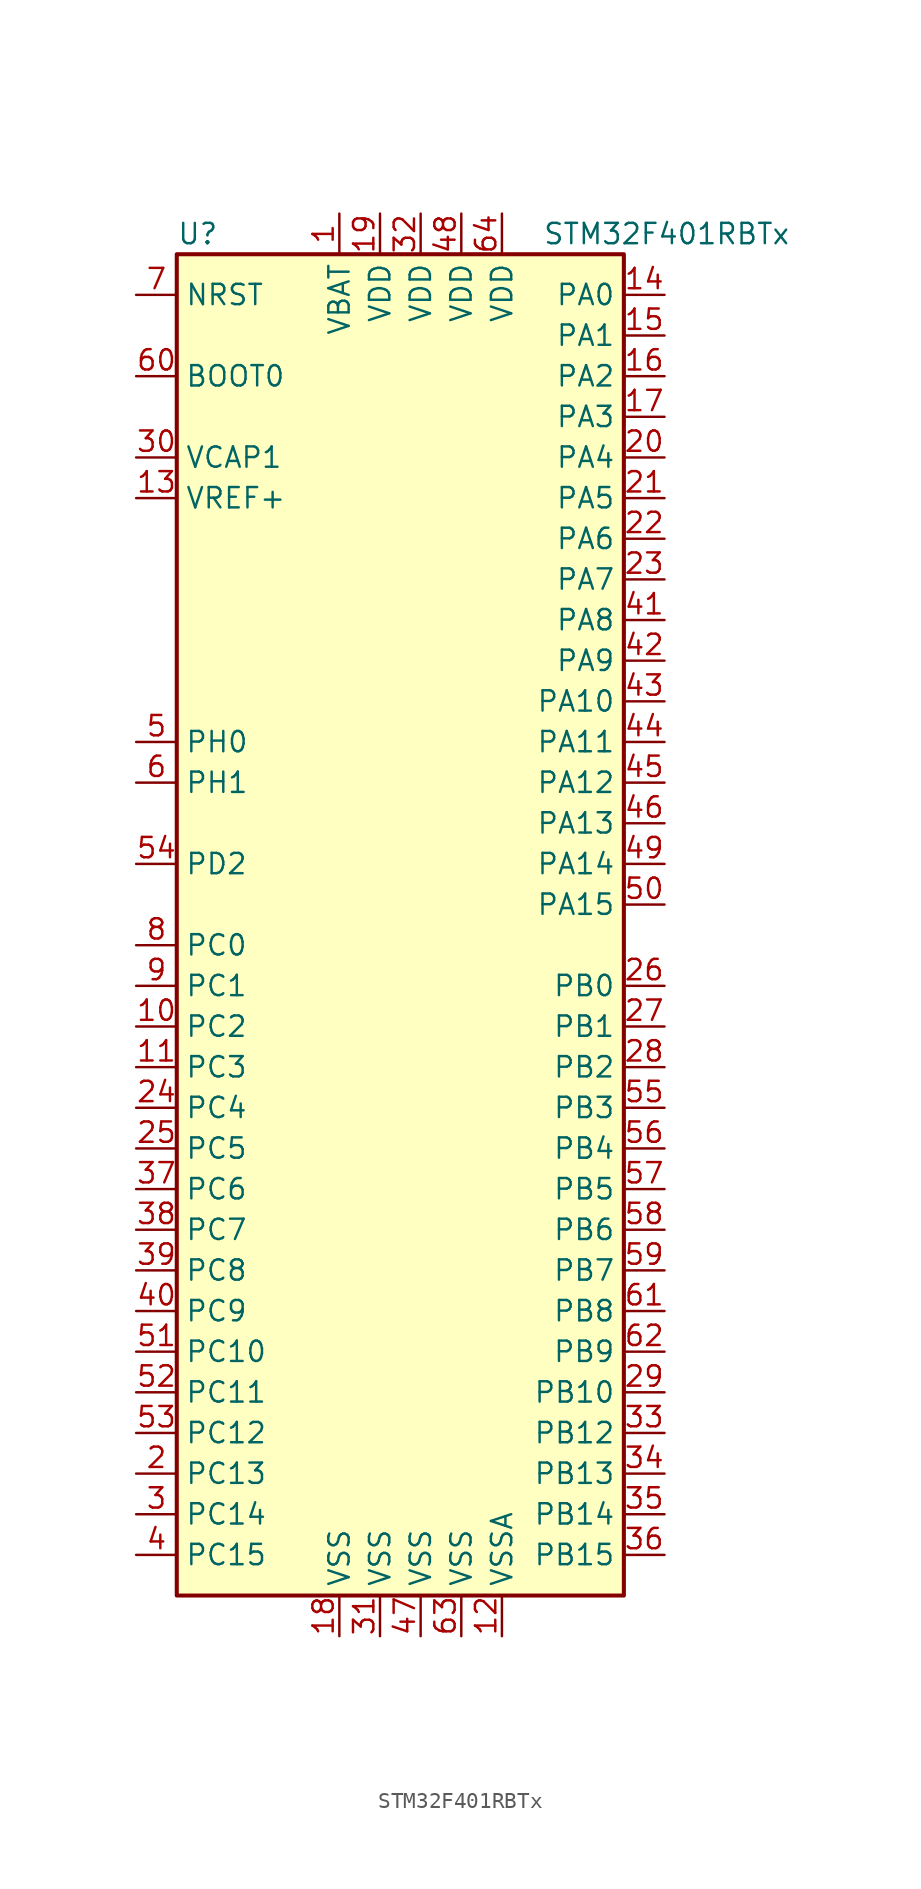
<source format=kicad_sym>
(kicad_symbol_lib
  (version 20220914)
  (generator kicad_symbol_editor)
  (symbol "STM32F401RBTx"
    (property "Reference" "U"
      (at -15.24 41.91 0)
      (effects (font (size 1.27 1.27)) (justify left)))
    (property "Value" "STM32F401RBTx"
      (at 7.62 41.91 0)
      (effects (font (size 1.27 1.27)) (justify left)))
    (symbol "STM32F401RBTx_0_1"
      (rectangle (start -15.24 -43.18) (end 12.7 40.64) (stroke (width 0.254) (type default)) (fill (type background))))
    (symbol "STM32F401RBTx_1_1"
      (pin power_in line (at -5.08 43.18 270) (length 2.54) (name "VBAT" (effects (font (size 1.27 1.27)))) (number "1" (effects (font (size 1.27 1.27)))))
      (pin bidirectional line (at -17.78 -7.62 0) (length 2.54) (name "PC2" (effects (font (size 1.27 1.27)))) (number "10" (effects (font (size 1.27 1.27)))))
      (pin bidirectional line (at -17.78 -10.16 0) (length 2.54) (name "PC3" (effects (font (size 1.27 1.27)))) (number "11" (effects (font (size 1.27 1.27)))))
      (pin power_in line (at 5.08 -45.72 90) (length 2.54) (name "VSSA" (effects (font (size 1.27 1.27)))) (number "12" (effects (font (size 1.27 1.27)))))
      (pin power_in line (at -17.78 25.4 0) (length 2.54) (name "VREF+" (effects (font (size 1.27 1.27)))) (number "13" (effects (font (size 1.27 1.27)))))
      (pin bidirectional line (at 15.24 38.1 180) (length 2.54) (name "PA0" (effects (font (size 1.27 1.27)))) (number "14" (effects (font (size 1.27 1.27)))))
      (pin bidirectional line (at 15.24 35.56 180) (length 2.54) (name "PA1" (effects (font (size 1.27 1.27)))) (number "15" (effects (font (size 1.27 1.27)))))
      (pin bidirectional line (at 15.24 33.02 180) (length 2.54) (name "PA2" (effects (font (size 1.27 1.27)))) (number "16" (effects (font (size 1.27 1.27)))))
      (pin bidirectional line (at 15.24 30.48 180) (length 2.54) (name "PA3" (effects (font (size 1.27 1.27)))) (number "17" (effects (font (size 1.27 1.27)))))
      (pin power_in line (at -5.08 -45.72 90) (length 2.54) (name "VSS" (effects (font (size 1.27 1.27)))) (number "18" (effects (font (size 1.27 1.27)))))
      (pin power_in line (at -2.54 43.18 270) (length 2.54) (name "VDD" (effects (font (size 1.27 1.27)))) (number "19" (effects (font (size 1.27 1.27)))))
      (pin bidirectional line (at -17.78 -35.56 0) (length 2.54) (name "PC13" (effects (font (size 1.27 1.27)))) (number "2" (effects (font (size 1.27 1.27)))))
      (pin bidirectional line (at 15.24 27.94 180) (length 2.54) (name "PA4" (effects (font (size 1.27 1.27)))) (number "20" (effects (font (size 1.27 1.27)))))
      (pin bidirectional line (at 15.24 25.4 180) (length 2.54) (name "PA5" (effects (font (size 1.27 1.27)))) (number "21" (effects (font (size 1.27 1.27)))))
      (pin bidirectional line (at 15.24 22.86 180) (length 2.54) (name "PA6" (effects (font (size 1.27 1.27)))) (number "22" (effects (font (size 1.27 1.27)))))
      (pin bidirectional line (at 15.24 20.32 180) (length 2.54) (name "PA7" (effects (font (size 1.27 1.27)))) (number "23" (effects (font (size 1.27 1.27)))))
      (pin bidirectional line (at -17.78 -12.7 0) (length 2.54) (name "PC4" (effects (font (size 1.27 1.27)))) (number "24" (effects (font (size 1.27 1.27)))))
      (pin bidirectional line (at -17.78 -15.24 0) (length 2.54) (name "PC5" (effects (font (size 1.27 1.27)))) (number "25" (effects (font (size 1.27 1.27)))))
      (pin bidirectional line (at 15.24 -5.08 180) (length 2.54) (name "PB0" (effects (font (size 1.27 1.27)))) (number "26" (effects (font (size 1.27 1.27)))))
      (pin bidirectional line (at 15.24 -7.62 180) (length 2.54) (name "PB1" (effects (font (size 1.27 1.27)))) (number "27" (effects (font (size 1.27 1.27)))))
      (pin bidirectional line (at 15.24 -10.16 180) (length 2.54) (name "PB2" (effects (font (size 1.27 1.27)))) (number "28" (effects (font (size 1.27 1.27)))))
      (pin bidirectional line (at 15.24 -30.48 180) (length 2.54) (name "PB10" (effects (font (size 1.27 1.27)))) (number "29" (effects (font (size 1.27 1.27)))))
      (pin bidirectional line (at -17.78 -38.1 0) (length 2.54) (name "PC14" (effects (font (size 1.27 1.27)))) (number "3" (effects (font (size 1.27 1.27)))))
      (pin power_in line (at -17.78 27.94 0) (length 2.54) (name "VCAP1" (effects (font (size 1.27 1.27)))) (number "30" (effects (font (size 1.27 1.27)))))
      (pin power_in line (at -2.54 -45.72 90) (length 2.54) (name "VSS" (effects (font (size 1.27 1.27)))) (number "31" (effects (font (size 1.27 1.27)))))
      (pin power_in line (at 0 43.18 270) (length 2.54) (name "VDD" (effects (font (size 1.27 1.27)))) (number "32" (effects (font (size 1.27 1.27)))))
      (pin bidirectional line (at 15.24 -33.02 180) (length 2.54) (name "PB12" (effects (font (size 1.27 1.27)))) (number "33" (effects (font (size 1.27 1.27)))))
      (pin bidirectional line (at 15.24 -35.56 180) (length 2.54) (name "PB13" (effects (font (size 1.27 1.27)))) (number "34" (effects (font (size 1.27 1.27)))))
      (pin bidirectional line (at 15.24 -38.1 180) (length 2.54) (name "PB14" (effects (font (size 1.27 1.27)))) (number "35" (effects (font (size 1.27 1.27)))))
      (pin bidirectional line (at 15.24 -40.64 180) (length 2.54) (name "PB15" (effects (font (size 1.27 1.27)))) (number "36" (effects (font (size 1.27 1.27)))))
      (pin bidirectional line (at -17.78 -17.78 0) (length 2.54) (name "PC6" (effects (font (size 1.27 1.27)))) (number "37" (effects (font (size 1.27 1.27)))))
      (pin bidirectional line (at -17.78 -20.32 0) (length 2.54) (name "PC7" (effects (font (size 1.27 1.27)))) (number "38" (effects (font (size 1.27 1.27)))))
      (pin bidirectional line (at -17.78 -22.86 0) (length 2.54) (name "PC8" (effects (font (size 1.27 1.27)))) (number "39" (effects (font (size 1.27 1.27)))))
      (pin bidirectional line (at -17.78 -40.64 0) (length 2.54) (name "PC15" (effects (font (size 1.27 1.27)))) (number "4" (effects (font (size 1.27 1.27)))))
      (pin bidirectional line (at -17.78 -25.4 0) (length 2.54) (name "PC9" (effects (font (size 1.27 1.27)))) (number "40" (effects (font (size 1.27 1.27)))))
      (pin bidirectional line (at 15.24 17.78 180) (length 2.54) (name "PA8" (effects (font (size 1.27 1.27)))) (number "41" (effects (font (size 1.27 1.27)))))
      (pin bidirectional line (at 15.24 15.24 180) (length 2.54) (name "PA9" (effects (font (size 1.27 1.27)))) (number "42" (effects (font (size 1.27 1.27)))))
      (pin bidirectional line (at 15.24 12.7 180) (length 2.54) (name "PA10" (effects (font (size 1.27 1.27)))) (number "43" (effects (font (size 1.27 1.27)))))
      (pin bidirectional line (at 15.24 10.16 180) (length 2.54) (name "PA11" (effects (font (size 1.27 1.27)))) (number "44" (effects (font (size 1.27 1.27)))))
      (pin bidirectional line (at 15.24 7.62 180) (length 2.54) (name "PA12" (effects (font (size 1.27 1.27)))) (number "45" (effects (font (size 1.27 1.27)))))
      (pin bidirectional line (at 15.24 5.08 180) (length 2.54) (name "PA13" (effects (font (size 1.27 1.27)))) (number "46" (effects (font (size 1.27 1.27)))))
      (pin power_in line (at 0 -45.72 90) (length 2.54) (name "VSS" (effects (font (size 1.27 1.27)))) (number "47" (effects (font (size 1.27 1.27)))))
      (pin power_in line (at 2.54 43.18 270) (length 2.54) (name "VDD" (effects (font (size 1.27 1.27)))) (number "48" (effects (font (size 1.27 1.27)))))
      (pin bidirectional line (at 15.24 2.54 180) (length 2.54) (name "PA14" (effects (font (size 1.27 1.27)))) (number "49" (effects (font (size 1.27 1.27)))))
      (pin input line (at -17.78 10.16 0) (length 2.54) (name "PH0" (effects (font (size 1.27 1.27)))) (number "5" (effects (font (size 1.27 1.27)))))
      (pin bidirectional line (at 15.24 0 180) (length 2.54) (name "PA15" (effects (font (size 1.27 1.27)))) (number "50" (effects (font (size 1.27 1.27)))))
      (pin bidirectional line (at -17.78 -27.94 0) (length 2.54) (name "PC10" (effects (font (size 1.27 1.27)))) (number "51" (effects (font (size 1.27 1.27)))))
      (pin bidirectional line (at -17.78 -30.48 0) (length 2.54) (name "PC11" (effects (font (size 1.27 1.27)))) (number "52" (effects (font (size 1.27 1.27)))))
      (pin bidirectional line (at -17.78 -33.02 0) (length 2.54) (name "PC12" (effects (font (size 1.27 1.27)))) (number "53" (effects (font (size 1.27 1.27)))))
      (pin bidirectional line (at -17.78 2.54 0) (length 2.54) (name "PD2" (effects (font (size 1.27 1.27)))) (number "54" (effects (font (size 1.27 1.27)))))
      (pin bidirectional line (at 15.24 -12.7 180) (length 2.54) (name "PB3" (effects (font (size 1.27 1.27)))) (number "55" (effects (font (size 1.27 1.27)))))
      (pin bidirectional line (at 15.24 -15.24 180) (length 2.54) (name "PB4" (effects (font (size 1.27 1.27)))) (number "56" (effects (font (size 1.27 1.27)))))
      (pin bidirectional line (at 15.24 -17.78 180) (length 2.54) (name "PB5" (effects (font (size 1.27 1.27)))) (number "57" (effects (font (size 1.27 1.27)))))
      (pin bidirectional line (at 15.24 -20.32 180) (length 2.54) (name "PB6" (effects (font (size 1.27 1.27)))) (number "58" (effects (font (size 1.27 1.27)))))
      (pin bidirectional line (at 15.24 -22.86 180) (length 2.54) (name "PB7" (effects (font (size 1.27 1.27)))) (number "59" (effects (font (size 1.27 1.27)))))
      (pin input line (at -17.78 7.62 0) (length 2.54) (name "PH1" (effects (font (size 1.27 1.27)))) (number "6" (effects (font (size 1.27 1.27)))))
      (pin input line (at -17.78 33.02 0) (length 2.54) (name "BOOT0" (effects (font (size 1.27 1.27)))) (number "60" (effects (font (size 1.27 1.27)))))
      (pin bidirectional line (at 15.24 -25.4 180) (length 2.54) (name "PB8" (effects (font (size 1.27 1.27)))) (number "61" (effects (font (size 1.27 1.27)))))
      (pin bidirectional line (at 15.24 -27.94 180) (length 2.54) (name "PB9" (effects (font (size 1.27 1.27)))) (number "62" (effects (font (size 1.27 1.27)))))
      (pin power_in line (at 2.54 -45.72 90) (length 2.54) (name "VSS" (effects (font (size 1.27 1.27)))) (number "63" (effects (font (size 1.27 1.27)))))
      (pin power_in line (at 5.08 43.18 270) (length 2.54) (name "VDD" (effects (font (size 1.27 1.27)))) (number "64" (effects (font (size 1.27 1.27)))))
      (pin input line (at -17.78 38.1 0) (length 2.54) (name "NRST" (effects (font (size 1.27 1.27)))) (number "7" (effects (font (size 1.27 1.27)))))
      (pin bidirectional line (at -17.78 -2.54 0) (length 2.54) (name "PC0" (effects (font (size 1.27 1.27)))) (number "8" (effects (font (size 1.27 1.27)))))
      (pin bidirectional line (at -17.78 -5.08 0) (length 2.54) (name "PC1" (effects (font (size 1.27 1.27)))) (number "9" (effects (font (size 1.27 1.27))))))))
</source>
